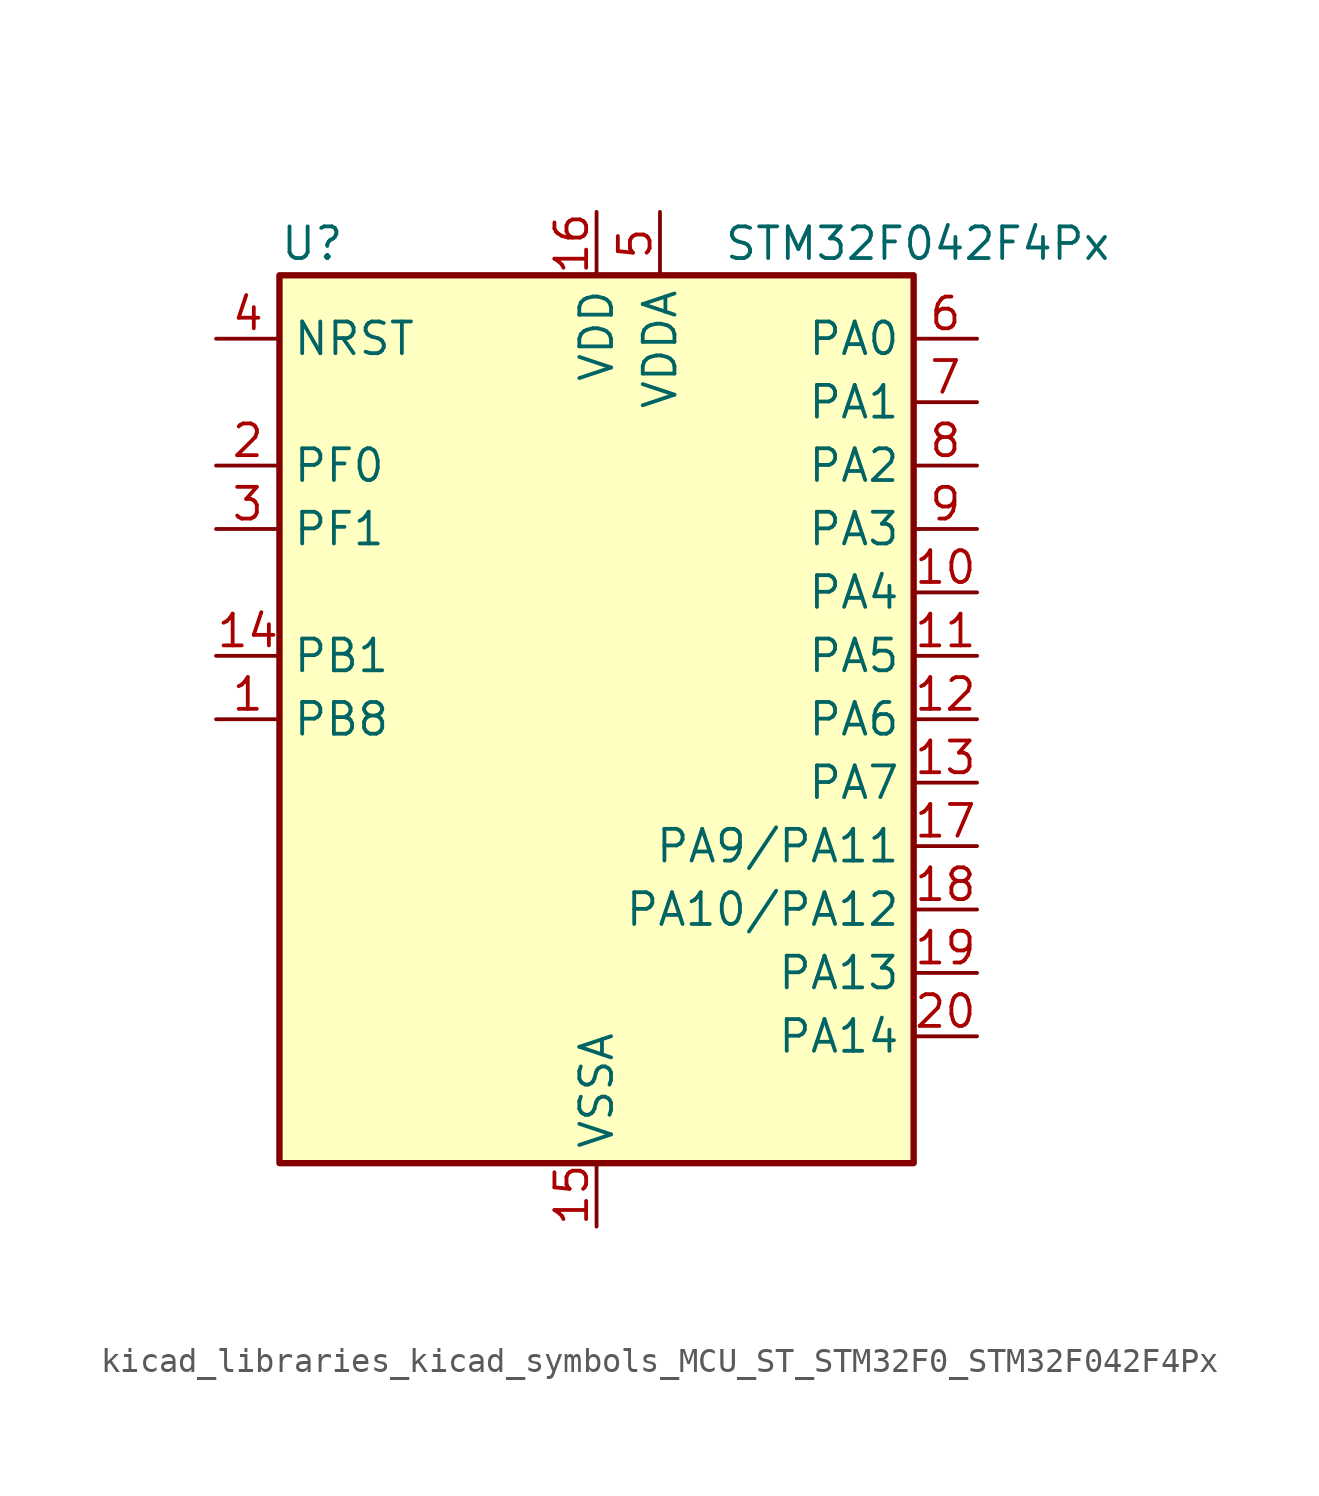
<source format=kicad_sym>
(kicad_symbol_lib
  (version 20220914)
  (generator kicad_symbol_editor)
  (symbol "kicad_libraries_kicad_symbols_MCU_ST_STM32F0_STM32F042F4Px"
    (property "Reference" "U"
      (at -12.7 19.05 0)
      (effects (font (size 1.27 1.27)) (justify left)))
    (property "Value" "STM32F042F4Px"
      (at 5.08 19.05 0)
      (effects (font (size 1.27 1.27)) (justify left)))
    (property "ki_locked" ""
      (at 0 0 0)
      (effects (font (size 1.27 1.27))))
    (symbol "kicad_libraries_kicad_symbols_MCU_ST_STM32F0_STM32F042F4Px_0_1"
      (rectangle (start -12.7 -17.78) (end 12.7 17.78) (stroke (width 0.254) (type default)) (fill (type background))))
    (symbol "kicad_libraries_kicad_symbols_MCU_ST_STM32F0_STM32F042F4Px_1_1"
      (pin bidirectional line (at -15.24 0 0) (length 2.54) (name "PB8" (effects (font (size 1.27 1.27)))) (number "1" (effects (font (size 1.27 1.27)))) (alternate "CAN_RX" bidirectional line) (alternate "CEC" bidirectional line) (alternate "I2C1_SCL" bidirectional line) (alternate "TIM16_CH1" bidirectional line) (alternate "TSC_SYNC" bidirectional line))
      (pin bidirectional line (at 15.24 5.08 180) (length 2.54) (name "PA4" (effects (font (size 1.27 1.27)))) (number "10" (effects (font (size 1.27 1.27)))) (alternate "ADC_IN4" bidirectional line) (alternate "I2S1_WS" bidirectional line) (alternate "SPI1_NSS" bidirectional line) (alternate "TIM14_CH1" bidirectional line) (alternate "TSC_G2_IO1" bidirectional line) (alternate "USART2_CK" bidirectional line) (alternate "USB_NOE" bidirectional line))
      (pin bidirectional line (at 15.24 2.54 180) (length 2.54) (name "PA5" (effects (font (size 1.27 1.27)))) (number "11" (effects (font (size 1.27 1.27)))) (alternate "ADC_IN5" bidirectional line) (alternate "CEC" bidirectional line) (alternate "I2S1_CK" bidirectional line) (alternate "SPI1_SCK" bidirectional line) (alternate "TIM2_CH1" bidirectional line) (alternate "TIM2_ETR" bidirectional line) (alternate "TSC_G2_IO2" bidirectional line))
      (pin bidirectional line (at 15.24 0 180) (length 2.54) (name "PA6" (effects (font (size 1.27 1.27)))) (number "12" (effects (font (size 1.27 1.27)))) (alternate "ADC_IN6" bidirectional line) (alternate "I2S1_MCK" bidirectional line) (alternate "SPI1_MISO" bidirectional line) (alternate "TIM16_CH1" bidirectional line) (alternate "TIM1_BKIN" bidirectional line) (alternate "TIM3_CH1" bidirectional line) (alternate "TSC_G2_IO3" bidirectional line))
      (pin bidirectional line (at 15.24 -2.54 180) (length 2.54) (name "PA7" (effects (font (size 1.27 1.27)))) (number "13" (effects (font (size 1.27 1.27)))) (alternate "ADC_IN7" bidirectional line) (alternate "I2S1_SD" bidirectional line) (alternate "SPI1_MOSI" bidirectional line) (alternate "TIM14_CH1" bidirectional line) (alternate "TIM17_CH1" bidirectional line) (alternate "TIM1_CH1N" bidirectional line) (alternate "TIM3_CH2" bidirectional line) (alternate "TSC_G2_IO4" bidirectional line))
      (pin bidirectional line (at -15.24 2.54 0) (length 2.54) (name "PB1" (effects (font (size 1.27 1.27)))) (number "14" (effects (font (size 1.27 1.27)))) (alternate "ADC_IN9" bidirectional line) (alternate "TIM14_CH1" bidirectional line) (alternate "TIM1_CH3N" bidirectional line) (alternate "TIM3_CH4" bidirectional line))
      (pin power_in line (at 0 -20.32 90) (length 2.54) (name "VSSA" (effects (font (size 1.27 1.27)))) (number "15" (effects (font (size 1.27 1.27)))))
      (pin power_in line (at 0 20.32 270) (length 2.54) (name "VDD" (effects (font (size 1.27 1.27)))) (number "16" (effects (font (size 1.27 1.27)))))
      (pin bidirectional line (at 15.24 -5.08 180) (length 2.54) (name "PA9/PA11" (effects (font (size 1.27 1.27)))) (number "17" (effects (font (size 1.27 1.27)))) (alternate "I2C1_SCL" bidirectional line) (alternate "TIM1_CH2" bidirectional line) (alternate "TSC_G4_IO1" bidirectional line) (alternate "USART1_TX" bidirectional line))
      (pin bidirectional line (at 15.24 -7.62 180) (length 2.54) (name "PA10/PA12" (effects (font (size 1.27 1.27)))) (number "18" (effects (font (size 1.27 1.27)))) (alternate "I2C1_SDA" bidirectional line) (alternate "TIM17_BKIN" bidirectional line) (alternate "TIM1_CH3" bidirectional line) (alternate "TSC_G4_IO2" bidirectional line) (alternate "USART1_RX" bidirectional line))
      (pin bidirectional line (at 15.24 -10.16 180) (length 2.54) (name "PA13" (effects (font (size 1.27 1.27)))) (number "19" (effects (font (size 1.27 1.27)))) (alternate "IR_OUT" bidirectional line) (alternate "SYS_SWDIO" bidirectional line) (alternate "USB_NOE" bidirectional line))
      (pin bidirectional line (at -15.24 10.16 0) (length 2.54) (name "PF0" (effects (font (size 1.27 1.27)))) (number "2" (effects (font (size 1.27 1.27)))) (alternate "CRS_SYNC" bidirectional line) (alternate "I2C1_SDA" bidirectional line) (alternate "RCC_OSC_IN" bidirectional line))
      (pin bidirectional line (at 15.24 -12.7 180) (length 2.54) (name "PA14" (effects (font (size 1.27 1.27)))) (number "20" (effects (font (size 1.27 1.27)))) (alternate "SYS_SWCLK" bidirectional line) (alternate "USART2_TX" bidirectional line))
      (pin bidirectional line (at -15.24 7.62 0) (length 2.54) (name "PF1" (effects (font (size 1.27 1.27)))) (number "3" (effects (font (size 1.27 1.27)))) (alternate "I2C1_SCL" bidirectional line) (alternate "RCC_OSC_OUT" bidirectional line))
      (pin input line (at -15.24 15.24 0) (length 2.54) (name "NRST" (effects (font (size 1.27 1.27)))) (number "4" (effects (font (size 1.27 1.27)))))
      (pin power_in line (at 2.54 20.32 270) (length 2.54) (name "VDDA" (effects (font (size 1.27 1.27)))) (number "5" (effects (font (size 1.27 1.27)))))
      (pin bidirectional line (at 15.24 15.24 180) (length 2.54) (name "PA0" (effects (font (size 1.27 1.27)))) (number "6" (effects (font (size 1.27 1.27)))) (alternate "ADC_IN0" bidirectional line) (alternate "RTC_TAMP2" bidirectional line) (alternate "SYS_WKUP1" bidirectional line) (alternate "TIM2_CH1" bidirectional line) (alternate "TIM2_ETR" bidirectional line) (alternate "TSC_G1_IO1" bidirectional line) (alternate "USART2_CTS" bidirectional line))
      (pin bidirectional line (at 15.24 12.7 180) (length 2.54) (name "PA1" (effects (font (size 1.27 1.27)))) (number "7" (effects (font (size 1.27 1.27)))) (alternate "ADC_IN1" bidirectional line) (alternate "TIM2_CH2" bidirectional line) (alternate "TSC_G1_IO2" bidirectional line) (alternate "USART2_DE" bidirectional line) (alternate "USART2_RTS" bidirectional line))
      (pin bidirectional line (at 15.24 10.16 180) (length 2.54) (name "PA2" (effects (font (size 1.27 1.27)))) (number "8" (effects (font (size 1.27 1.27)))) (alternate "ADC_IN2" bidirectional line) (alternate "SYS_WKUP4" bidirectional line) (alternate "TIM2_CH3" bidirectional line) (alternate "TSC_G1_IO3" bidirectional line) (alternate "USART2_TX" bidirectional line))
      (pin bidirectional line (at 15.24 7.62 180) (length 2.54) (name "PA3" (effects (font (size 1.27 1.27)))) (number "9" (effects (font (size 1.27 1.27)))) (alternate "ADC_IN3" bidirectional line) (alternate "TIM2_CH4" bidirectional line) (alternate "TSC_G1_IO4" bidirectional line) (alternate "USART2_RX" bidirectional line)))))
</source>
